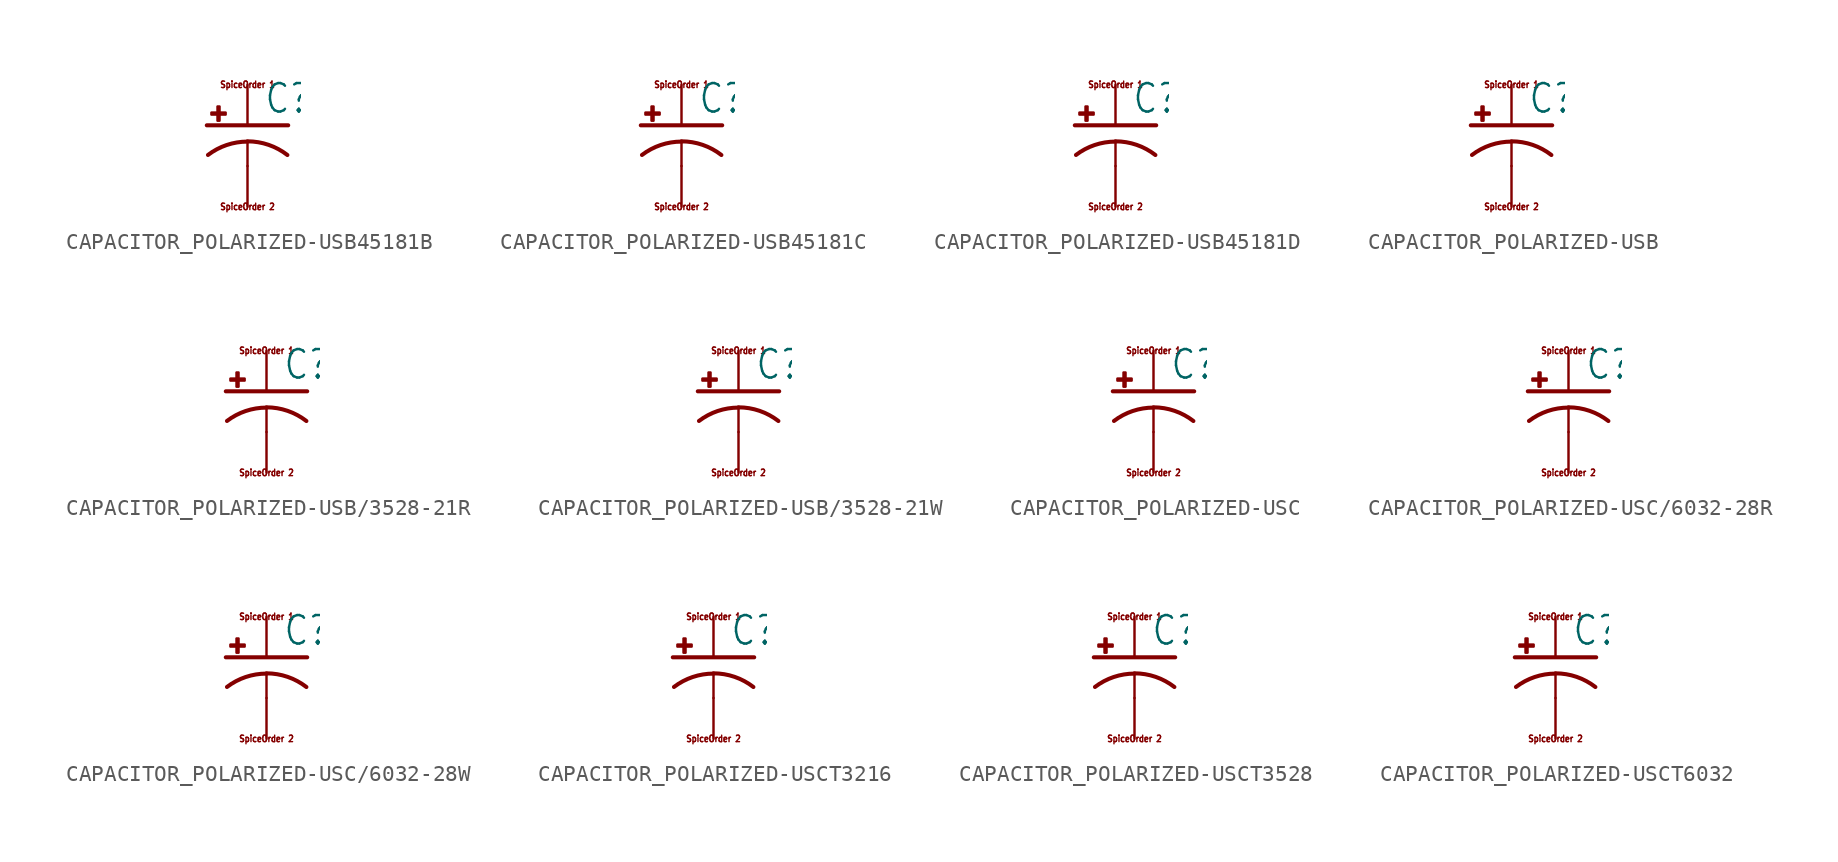
<source format=kicad_sym>
(kicad_symbol_lib
  (version 20231120)
  (generator "kicad_symbol_editor")
  (generator_version "8.0")
  (symbol "CAPACITOR_POLARIZED-USB45181B"
    (property "Reference" "C"
      (at 1.016 0.635 0)
      (effects (font (size 1.778 1.511)) (justify left bottom)))
    (property "Value" ""
      (at 1.016 -4.191 0)
      (effects (font (size 1.778 1.511)) (justify left bottom)))
    (property "ki_locked" ""
      (at 0 0 0)
      (effects (font (size 1.27 1.27))))
    (symbol "CAPACITOR_POLARIZED-USB45181B_1_0"
      (rectangle (start -2.253 0.668) (end -1.364 0.795) (stroke (width 0) (type default)) (fill (type outline)))
      (rectangle (start -1.872 0.287) (end -1.745 1.176) (stroke (width 0) (type default)) (fill (type outline)))
      (arc (start 0 -1.0161) (mid -1.3021 -1.2303) (end -2.4669 -1.8504) (stroke (width 0.254) (type solid)) (fill (type none)))
      (polyline (pts (xy -2.54 0) (xy 2.54 0)) (stroke (width 0.254) (type solid)) (fill (type none)))
      (polyline (pts (xy 0 -1.016) (xy 0 -2.54)) (stroke (width 0.152) (type solid)) (fill (type none)))
      (arc (start 2.4892 -1.8541) (mid 1.3158 -1.2194) (end 0 -1) (stroke (width 0.254) (type solid)) (fill (type none)))
      (text "SpiceOrder 1" (at 0 2.54 0) (effects (font (size 0.406 0.345))))
      (text "SpiceOrder 2" (at 0 -5.08 0) (effects (font (size 0.406 0.345))))
      (pin passive line (at 0 2.54 270) (length 2.54) (name "+" (effects (font (size 0 0)))) (number "+" (effects (font (size 0 0)))))
      (pin passive line (at 0 -5.08 90) (length 2.54) (name "-" (effects (font (size 0 0)))) (number "-" (effects (font (size 0 0)))))))
  (symbol "CAPACITOR_POLARIZED-USB45181C"
    (property "Reference" "C"
      (at 1.016 0.635 0)
      (effects (font (size 1.778 1.511)) (justify left bottom)))
    (property "Value" ""
      (at 1.016 -4.191 0)
      (effects (font (size 1.778 1.511)) (justify left bottom)))
    (property "ki_locked" ""
      (at 0 0 0)
      (effects (font (size 1.27 1.27))))
    (symbol "CAPACITOR_POLARIZED-USB45181C_1_0"
      (rectangle (start -2.253 0.668) (end -1.364 0.795) (stroke (width 0) (type default)) (fill (type outline)))
      (rectangle (start -1.872 0.287) (end -1.745 1.176) (stroke (width 0) (type default)) (fill (type outline)))
      (arc (start 0 -1.0161) (mid -1.3021 -1.2303) (end -2.4669 -1.8504) (stroke (width 0.254) (type solid)) (fill (type none)))
      (polyline (pts (xy -2.54 0) (xy 2.54 0)) (stroke (width 0.254) (type solid)) (fill (type none)))
      (polyline (pts (xy 0 -1.016) (xy 0 -2.54)) (stroke (width 0.152) (type solid)) (fill (type none)))
      (arc (start 2.4892 -1.8541) (mid 1.3158 -1.2194) (end 0 -1) (stroke (width 0.254) (type solid)) (fill (type none)))
      (text "SpiceOrder 1" (at 0 2.54 0) (effects (font (size 0.406 0.345))))
      (text "SpiceOrder 2" (at 0 -5.08 0) (effects (font (size 0.406 0.345))))
      (pin passive line (at 0 2.54 270) (length 2.54) (name "+" (effects (font (size 0 0)))) (number "+" (effects (font (size 0 0)))))
      (pin passive line (at 0 -5.08 90) (length 2.54) (name "-" (effects (font (size 0 0)))) (number "-" (effects (font (size 0 0)))))))
  (symbol "CAPACITOR_POLARIZED-USB45181D"
    (property "Reference" "C"
      (at 1.016 0.635 0)
      (effects (font (size 1.778 1.511)) (justify left bottom)))
    (property "Value" ""
      (at 1.016 -4.191 0)
      (effects (font (size 1.778 1.511)) (justify left bottom)))
    (property "ki_locked" ""
      (at 0 0 0)
      (effects (font (size 1.27 1.27))))
    (symbol "CAPACITOR_POLARIZED-USB45181D_1_0"
      (rectangle (start -2.253 0.668) (end -1.364 0.795) (stroke (width 0) (type default)) (fill (type outline)))
      (rectangle (start -1.872 0.287) (end -1.745 1.176) (stroke (width 0) (type default)) (fill (type outline)))
      (arc (start 0 -1.0161) (mid -1.3021 -1.2303) (end -2.4669 -1.8504) (stroke (width 0.254) (type solid)) (fill (type none)))
      (polyline (pts (xy -2.54 0) (xy 2.54 0)) (stroke (width 0.254) (type solid)) (fill (type none)))
      (polyline (pts (xy 0 -1.016) (xy 0 -2.54)) (stroke (width 0.152) (type solid)) (fill (type none)))
      (arc (start 2.4892 -1.8541) (mid 1.3158 -1.2194) (end 0 -1) (stroke (width 0.254) (type solid)) (fill (type none)))
      (text "SpiceOrder 1" (at 0 2.54 0) (effects (font (size 0.406 0.345))))
      (text "SpiceOrder 2" (at 0 -5.08 0) (effects (font (size 0.406 0.345))))
      (pin passive line (at 0 2.54 270) (length 2.54) (name "+" (effects (font (size 0 0)))) (number "+" (effects (font (size 0 0)))))
      (pin passive line (at 0 -5.08 90) (length 2.54) (name "-" (effects (font (size 0 0)))) (number "-" (effects (font (size 0 0)))))))
  (symbol "CAPACITOR_POLARIZED-USB"
    (property "Reference" "C"
      (at 1.016 0.635 0)
      (effects (font (size 1.778 1.511)) (justify left bottom)))
    (property "Value" ""
      (at 1.016 -4.191 0)
      (effects (font (size 1.778 1.511)) (justify left bottom)))
    (property "ki_locked" ""
      (at 0 0 0)
      (effects (font (size 1.27 1.27))))
    (symbol "CAPACITOR_POLARIZED-USB_1_0"
      (rectangle (start -2.253 0.668) (end -1.364 0.795) (stroke (width 0) (type default)) (fill (type outline)))
      (rectangle (start -1.872 0.287) (end -1.745 1.176) (stroke (width 0) (type default)) (fill (type outline)))
      (arc (start 0 -1.0161) (mid -1.3021 -1.2303) (end -2.4669 -1.8504) (stroke (width 0.254) (type solid)) (fill (type none)))
      (polyline (pts (xy -2.54 0) (xy 2.54 0)) (stroke (width 0.254) (type solid)) (fill (type none)))
      (polyline (pts (xy 0 -1.016) (xy 0 -2.54)) (stroke (width 0.152) (type solid)) (fill (type none)))
      (arc (start 2.4892 -1.8541) (mid 1.3158 -1.2194) (end 0 -1) (stroke (width 0.254) (type solid)) (fill (type none)))
      (text "SpiceOrder 1" (at 0 2.54 0) (effects (font (size 0.406 0.345))))
      (text "SpiceOrder 2" (at 0 -5.08 0) (effects (font (size 0.406 0.345))))
      (pin passive line (at 0 2.54 270) (length 2.54) (name "+" (effects (font (size 0 0)))) (number "+" (effects (font (size 0 0)))))
      (pin passive line (at 0 -5.08 90) (length 2.54) (name "-" (effects (font (size 0 0)))) (number "-" (effects (font (size 0 0)))))))
  (symbol "CAPACITOR_POLARIZED-USB/3528-21R"
    (property "Reference" "C"
      (at 1.016 0.635 0)
      (effects (font (size 1.778 1.511)) (justify left bottom)))
    (property "Value" ""
      (at 1.016 -4.191 0)
      (effects (font (size 1.778 1.511)) (justify left bottom)))
    (property "ki_locked" ""
      (at 0 0 0)
      (effects (font (size 1.27 1.27))))
    (symbol "CAPACITOR_POLARIZED-USB/3528-21R_1_0"
      (rectangle (start -2.253 0.668) (end -1.364 0.795) (stroke (width 0) (type default)) (fill (type outline)))
      (rectangle (start -1.872 0.287) (end -1.745 1.176) (stroke (width 0) (type default)) (fill (type outline)))
      (arc (start 0 -1.0161) (mid -1.3021 -1.2303) (end -2.4669 -1.8504) (stroke (width 0.254) (type solid)) (fill (type none)))
      (polyline (pts (xy -2.54 0) (xy 2.54 0)) (stroke (width 0.254) (type solid)) (fill (type none)))
      (polyline (pts (xy 0 -1.016) (xy 0 -2.54)) (stroke (width 0.152) (type solid)) (fill (type none)))
      (arc (start 2.4892 -1.8541) (mid 1.3158 -1.2194) (end 0 -1) (stroke (width 0.254) (type solid)) (fill (type none)))
      (text "SpiceOrder 1" (at 0 2.54 0) (effects (font (size 0.406 0.345))))
      (text "SpiceOrder 2" (at 0 -5.08 0) (effects (font (size 0.406 0.345))))
      (pin passive line (at 0 2.54 270) (length 2.54) (name "+" (effects (font (size 0 0)))) (number "+" (effects (font (size 0 0)))))
      (pin passive line (at 0 -5.08 90) (length 2.54) (name "-" (effects (font (size 0 0)))) (number "-" (effects (font (size 0 0)))))))
  (symbol "CAPACITOR_POLARIZED-USB/3528-21W"
    (property "Reference" "C"
      (at 1.016 0.635 0)
      (effects (font (size 1.778 1.511)) (justify left bottom)))
    (property "Value" ""
      (at 1.016 -4.191 0)
      (effects (font (size 1.778 1.511)) (justify left bottom)))
    (property "ki_locked" ""
      (at 0 0 0)
      (effects (font (size 1.27 1.27))))
    (symbol "CAPACITOR_POLARIZED-USB/3528-21W_1_0"
      (rectangle (start -2.253 0.668) (end -1.364 0.795) (stroke (width 0) (type default)) (fill (type outline)))
      (rectangle (start -1.872 0.287) (end -1.745 1.176) (stroke (width 0) (type default)) (fill (type outline)))
      (arc (start 0 -1.0161) (mid -1.3021 -1.2303) (end -2.4669 -1.8504) (stroke (width 0.254) (type solid)) (fill (type none)))
      (polyline (pts (xy -2.54 0) (xy 2.54 0)) (stroke (width 0.254) (type solid)) (fill (type none)))
      (polyline (pts (xy 0 -1.016) (xy 0 -2.54)) (stroke (width 0.152) (type solid)) (fill (type none)))
      (arc (start 2.4892 -1.8541) (mid 1.3158 -1.2194) (end 0 -1) (stroke (width 0.254) (type solid)) (fill (type none)))
      (text "SpiceOrder 1" (at 0 2.54 0) (effects (font (size 0.406 0.345))))
      (text "SpiceOrder 2" (at 0 -5.08 0) (effects (font (size 0.406 0.345))))
      (pin passive line (at 0 2.54 270) (length 2.54) (name "+" (effects (font (size 0 0)))) (number "+" (effects (font (size 0 0)))))
      (pin passive line (at 0 -5.08 90) (length 2.54) (name "-" (effects (font (size 0 0)))) (number "-" (effects (font (size 0 0)))))))
  (symbol "CAPACITOR_POLARIZED-USC"
    (property "Reference" "C"
      (at 1.016 0.635 0)
      (effects (font (size 1.778 1.511)) (justify left bottom)))
    (property "Value" ""
      (at 1.016 -4.191 0)
      (effects (font (size 1.778 1.511)) (justify left bottom)))
    (property "ki_locked" ""
      (at 0 0 0)
      (effects (font (size 1.27 1.27))))
    (symbol "CAPACITOR_POLARIZED-USC_1_0"
      (rectangle (start -2.253 0.668) (end -1.364 0.795) (stroke (width 0) (type default)) (fill (type outline)))
      (rectangle (start -1.872 0.287) (end -1.745 1.176) (stroke (width 0) (type default)) (fill (type outline)))
      (arc (start 0 -1.0161) (mid -1.3021 -1.2303) (end -2.4669 -1.8504) (stroke (width 0.254) (type solid)) (fill (type none)))
      (polyline (pts (xy -2.54 0) (xy 2.54 0)) (stroke (width 0.254) (type solid)) (fill (type none)))
      (polyline (pts (xy 0 -1.016) (xy 0 -2.54)) (stroke (width 0.152) (type solid)) (fill (type none)))
      (arc (start 2.4892 -1.8541) (mid 1.3158 -1.2194) (end 0 -1) (stroke (width 0.254) (type solid)) (fill (type none)))
      (text "SpiceOrder 1" (at 0 2.54 0) (effects (font (size 0.406 0.345))))
      (text "SpiceOrder 2" (at 0 -5.08 0) (effects (font (size 0.406 0.345))))
      (pin passive line (at 0 2.54 270) (length 2.54) (name "+" (effects (font (size 0 0)))) (number "+" (effects (font (size 0 0)))))
      (pin passive line (at 0 -5.08 90) (length 2.54) (name "-" (effects (font (size 0 0)))) (number "-" (effects (font (size 0 0)))))))
  (symbol "CAPACITOR_POLARIZED-USC/6032-28R"
    (property "Reference" "C"
      (at 1.016 0.635 0)
      (effects (font (size 1.778 1.511)) (justify left bottom)))
    (property "Value" ""
      (at 1.016 -4.191 0)
      (effects (font (size 1.778 1.511)) (justify left bottom)))
    (property "ki_locked" ""
      (at 0 0 0)
      (effects (font (size 1.27 1.27))))
    (symbol "CAPACITOR_POLARIZED-USC/6032-28R_1_0"
      (rectangle (start -2.253 0.668) (end -1.364 0.795) (stroke (width 0) (type default)) (fill (type outline)))
      (rectangle (start -1.872 0.287) (end -1.745 1.176) (stroke (width 0) (type default)) (fill (type outline)))
      (arc (start 0 -1.0161) (mid -1.3021 -1.2303) (end -2.4669 -1.8504) (stroke (width 0.254) (type solid)) (fill (type none)))
      (polyline (pts (xy -2.54 0) (xy 2.54 0)) (stroke (width 0.254) (type solid)) (fill (type none)))
      (polyline (pts (xy 0 -1.016) (xy 0 -2.54)) (stroke (width 0.152) (type solid)) (fill (type none)))
      (arc (start 2.4892 -1.8541) (mid 1.3158 -1.2194) (end 0 -1) (stroke (width 0.254) (type solid)) (fill (type none)))
      (text "SpiceOrder 1" (at 0 2.54 0) (effects (font (size 0.406 0.345))))
      (text "SpiceOrder 2" (at 0 -5.08 0) (effects (font (size 0.406 0.345))))
      (pin passive line (at 0 2.54 270) (length 2.54) (name "+" (effects (font (size 0 0)))) (number "+" (effects (font (size 0 0)))))
      (pin passive line (at 0 -5.08 90) (length 2.54) (name "-" (effects (font (size 0 0)))) (number "-" (effects (font (size 0 0)))))))
  (symbol "CAPACITOR_POLARIZED-USC/6032-28W"
    (property "Reference" "C"
      (at 1.016 0.635 0)
      (effects (font (size 1.778 1.511)) (justify left bottom)))
    (property "Value" ""
      (at 1.016 -4.191 0)
      (effects (font (size 1.778 1.511)) (justify left bottom)))
    (property "ki_locked" ""
      (at 0 0 0)
      (effects (font (size 1.27 1.27))))
    (symbol "CAPACITOR_POLARIZED-USC/6032-28W_1_0"
      (rectangle (start -2.253 0.668) (end -1.364 0.795) (stroke (width 0) (type default)) (fill (type outline)))
      (rectangle (start -1.872 0.287) (end -1.745 1.176) (stroke (width 0) (type default)) (fill (type outline)))
      (arc (start 0 -1.0161) (mid -1.3021 -1.2303) (end -2.4669 -1.8504) (stroke (width 0.254) (type solid)) (fill (type none)))
      (polyline (pts (xy -2.54 0) (xy 2.54 0)) (stroke (width 0.254) (type solid)) (fill (type none)))
      (polyline (pts (xy 0 -1.016) (xy 0 -2.54)) (stroke (width 0.152) (type solid)) (fill (type none)))
      (arc (start 2.4892 -1.8541) (mid 1.3158 -1.2194) (end 0 -1) (stroke (width 0.254) (type solid)) (fill (type none)))
      (text "SpiceOrder 1" (at 0 2.54 0) (effects (font (size 0.406 0.345))))
      (text "SpiceOrder 2" (at 0 -5.08 0) (effects (font (size 0.406 0.345))))
      (pin passive line (at 0 2.54 270) (length 2.54) (name "+" (effects (font (size 0 0)))) (number "+" (effects (font (size 0 0)))))
      (pin passive line (at 0 -5.08 90) (length 2.54) (name "-" (effects (font (size 0 0)))) (number "-" (effects (font (size 0 0)))))))
  (symbol "CAPACITOR_POLARIZED-USCT3216"
    (property "Reference" "C"
      (at 1.016 0.635 0)
      (effects (font (size 1.778 1.511)) (justify left bottom)))
    (property "Value" ""
      (at 1.016 -4.191 0)
      (effects (font (size 1.778 1.511)) (justify left bottom)))
    (property "ki_locked" ""
      (at 0 0 0)
      (effects (font (size 1.27 1.27))))
    (symbol "CAPACITOR_POLARIZED-USCT3216_1_0"
      (rectangle (start -2.253 0.668) (end -1.364 0.795) (stroke (width 0) (type default)) (fill (type outline)))
      (rectangle (start -1.872 0.287) (end -1.745 1.176) (stroke (width 0) (type default)) (fill (type outline)))
      (arc (start 0 -1.0161) (mid -1.3021 -1.2303) (end -2.4669 -1.8504) (stroke (width 0.254) (type solid)) (fill (type none)))
      (polyline (pts (xy -2.54 0) (xy 2.54 0)) (stroke (width 0.254) (type solid)) (fill (type none)))
      (polyline (pts (xy 0 -1.016) (xy 0 -2.54)) (stroke (width 0.152) (type solid)) (fill (type none)))
      (arc (start 2.4892 -1.8541) (mid 1.3158 -1.2194) (end 0 -1) (stroke (width 0.254) (type solid)) (fill (type none)))
      (text "SpiceOrder 1" (at 0 2.54 0) (effects (font (size 0.406 0.345))))
      (text "SpiceOrder 2" (at 0 -5.08 0) (effects (font (size 0.406 0.345))))
      (pin passive line (at 0 -5.08 90) (length 2.54) (name "-" (effects (font (size 0 0)))) (number "+" (effects (font (size 0 0)))))
      (pin passive line (at 0 2.54 270) (length 2.54) (name "+" (effects (font (size 0 0)))) (number "-" (effects (font (size 0 0)))))))
  (symbol "CAPACITOR_POLARIZED-USCT3528"
    (property "Reference" "C"
      (at 1.016 0.635 0)
      (effects (font (size 1.778 1.511)) (justify left bottom)))
    (property "Value" ""
      (at 1.016 -4.191 0)
      (effects (font (size 1.778 1.511)) (justify left bottom)))
    (property "ki_locked" ""
      (at 0 0 0)
      (effects (font (size 1.27 1.27))))
    (symbol "CAPACITOR_POLARIZED-USCT3528_1_0"
      (rectangle (start -2.253 0.668) (end -1.364 0.795) (stroke (width 0) (type default)) (fill (type outline)))
      (rectangle (start -1.872 0.287) (end -1.745 1.176) (stroke (width 0) (type default)) (fill (type outline)))
      (arc (start 0 -1.0161) (mid -1.3021 -1.2303) (end -2.4669 -1.8504) (stroke (width 0.254) (type solid)) (fill (type none)))
      (polyline (pts (xy -2.54 0) (xy 2.54 0)) (stroke (width 0.254) (type solid)) (fill (type none)))
      (polyline (pts (xy 0 -1.016) (xy 0 -2.54)) (stroke (width 0.152) (type solid)) (fill (type none)))
      (arc (start 2.4892 -1.8541) (mid 1.3158 -1.2194) (end 0 -1) (stroke (width 0.254) (type solid)) (fill (type none)))
      (text "SpiceOrder 1" (at 0 2.54 0) (effects (font (size 0.406 0.345))))
      (text "SpiceOrder 2" (at 0 -5.08 0) (effects (font (size 0.406 0.345))))
      (pin passive line (at 0 -5.08 90) (length 2.54) (name "-" (effects (font (size 0 0)))) (number "+" (effects (font (size 0 0)))))
      (pin passive line (at 0 2.54 270) (length 2.54) (name "+" (effects (font (size 0 0)))) (number "-" (effects (font (size 0 0)))))))
  (symbol "CAPACITOR_POLARIZED-USCT6032"
    (property "Reference" "C"
      (at 1.016 0.635 0)
      (effects (font (size 1.778 1.511)) (justify left bottom)))
    (property "Value" ""
      (at 1.016 -4.191 0)
      (effects (font (size 1.778 1.511)) (justify left bottom)))
    (property "ki_locked" ""
      (at 0 0 0)
      (effects (font (size 1.27 1.27))))
    (symbol "CAPACITOR_POLARIZED-USCT6032_1_0"
      (rectangle (start -2.253 0.668) (end -1.364 0.795) (stroke (width 0) (type default)) (fill (type outline)))
      (rectangle (start -1.872 0.287) (end -1.745 1.176) (stroke (width 0) (type default)) (fill (type outline)))
      (arc (start 0 -1.0161) (mid -1.3021 -1.2303) (end -2.4669 -1.8504) (stroke (width 0.254) (type solid)) (fill (type none)))
      (polyline (pts (xy -2.54 0) (xy 2.54 0)) (stroke (width 0.254) (type solid)) (fill (type none)))
      (polyline (pts (xy 0 -1.016) (xy 0 -2.54)) (stroke (width 0.152) (type solid)) (fill (type none)))
      (arc (start 2.4892 -1.8541) (mid 1.3158 -1.2194) (end 0 -1) (stroke (width 0.254) (type solid)) (fill (type none)))
      (text "SpiceOrder 1" (at 0 2.54 0) (effects (font (size 0.406 0.345))))
      (text "SpiceOrder 2" (at 0 -5.08 0) (effects (font (size 0.406 0.345))))
      (pin passive line (at 0 -5.08 90) (length 2.54) (name "-" (effects (font (size 0 0)))) (number "+" (effects (font (size 0 0)))))
      (pin passive line (at 0 2.54 270) (length 2.54) (name "+" (effects (font (size 0 0)))) (number "-" (effects (font (size 0 0))))))))
</source>
